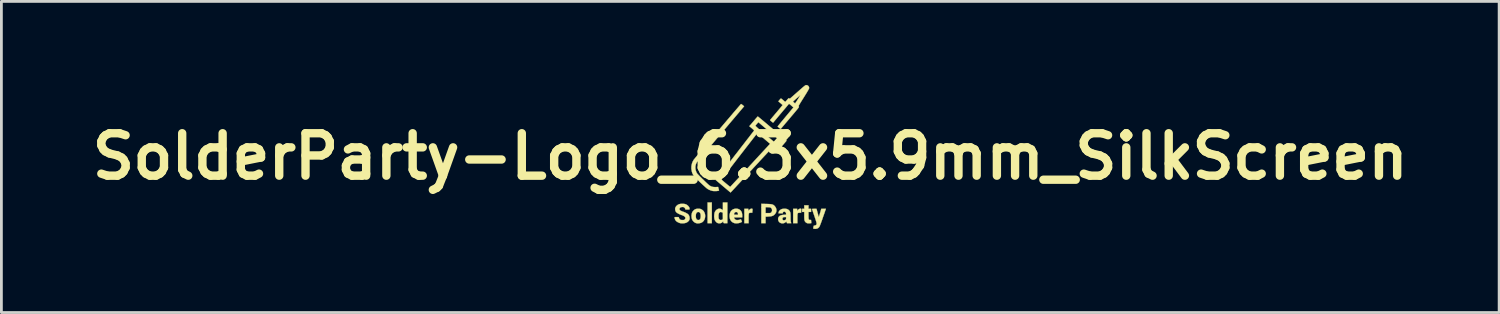
<source format=kicad_pcb>
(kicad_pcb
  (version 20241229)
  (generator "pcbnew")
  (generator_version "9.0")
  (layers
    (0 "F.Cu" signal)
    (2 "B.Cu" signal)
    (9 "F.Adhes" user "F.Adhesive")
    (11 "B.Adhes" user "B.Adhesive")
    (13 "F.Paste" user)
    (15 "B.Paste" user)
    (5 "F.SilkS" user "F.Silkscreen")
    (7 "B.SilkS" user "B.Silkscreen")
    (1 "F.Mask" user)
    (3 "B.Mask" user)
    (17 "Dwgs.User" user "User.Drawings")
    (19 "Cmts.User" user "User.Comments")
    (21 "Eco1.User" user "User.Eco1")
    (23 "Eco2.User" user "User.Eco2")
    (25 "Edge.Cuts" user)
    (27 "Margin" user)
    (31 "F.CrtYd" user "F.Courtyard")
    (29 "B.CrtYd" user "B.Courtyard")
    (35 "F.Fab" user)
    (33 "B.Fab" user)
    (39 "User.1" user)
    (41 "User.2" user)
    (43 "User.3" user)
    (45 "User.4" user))
  (footprint "SolderParty-Logo_6.3x5.9mm_SilkScreen"
    (layer "F.Cu")
    (at 23.883 2.567)
    (property "Reference" "SolderParty-Logo_6.3x5.9mm_SilkScreen" (at 0 0 0) (layer "F.SilkS") (effects (font (size 1.524 1.524) (thickness 0.3))))
    (attr through_hole)
    (fp_poly (pts (xy -1.38 2.396) (xy -1.532 2.396) (xy -1.532 1.651) (xy -1.38 1.651) (xy -1.38 2.396)) (stroke (width 0.01) (type solid)) (fill yes) (layer "F.SilkS"))
    (fp_poly (pts (xy 0.071 1.876) (xy 0.075 1.879) (xy 0.08 1.886) (xy 0.083 1.902) (xy 0.081 1.928) (xy 0.079 1.953) (xy 0.072 2.019) (xy 0.023 2.021) (xy -0.003 2.021) (xy -0.023 2.024) (xy -0.037 2.031) (xy -0.047 2.043) (xy -0.054 2.063) (xy -0.057 2.093) (xy -0.059 2.135) (xy -0.059 2.19) (xy -0.059 2.224) (xy -0.059 2.396) (xy -0.212 2.396) (xy -0.212 1.88) (xy -0.068 1.88) (xy -0.068 1.909) (xy -0.065 1.933) (xy -0.058 1.941) (xy -0.047 1.933) (xy -0.038 1.921) (xy -0.014 1.897) (xy 0.015 1.88) (xy 0.045 1.872) (xy 0.071 1.876)) (stroke (width 0.01) (type solid)) (fill yes) (layer "F.SilkS"))
    (fp_poly (pts (xy 1.818 1.873) (xy 1.829 1.881) (xy 1.834 1.897) (xy 1.833 1.925) (xy 1.831 1.952) (xy 1.825 2.019) (xy 1.775 2.021) (xy 1.75 2.021) (xy 1.73 2.024) (xy 1.715 2.031) (xy 1.705 2.043) (xy 1.699 2.063) (xy 1.695 2.093) (xy 1.694 2.135) (xy 1.693 2.19) (xy 1.693 2.224) (xy 1.693 2.396) (xy 1.541 2.396) (xy 1.541 1.88) (xy 1.685 1.88) (xy 1.685 1.909) (xy 1.687 1.933) (xy 1.694 1.942) (xy 1.705 1.934) (xy 1.713 1.922) (xy 1.733 1.901) (xy 1.761 1.883) (xy 1.79 1.872) (xy 1.8 1.871) (xy 1.818 1.873)) (stroke (width 0.01) (type solid)) (fill yes) (layer "F.SilkS"))
    (fp_poly (pts (xy 2.091 1.88) (xy 2.184 1.88) (xy 2.184 1.99) (xy 2.091 1.99) (xy 2.091 2.112) (xy 2.092 2.169) (xy 2.093 2.211) (xy 2.097 2.241) (xy 2.103 2.26) (xy 2.112 2.271) (xy 2.125 2.276) (xy 2.144 2.278) (xy 2.145 2.278) (xy 2.182 2.278) (xy 2.188 2.333) (xy 2.191 2.362) (xy 2.192 2.383) (xy 2.191 2.392) (xy 2.182 2.395) (xy 2.16 2.397) (xy 2.13 2.4) (xy 2.129 2.4) (xy 2.081 2.401) (xy 2.044 2.395) (xy 2.036 2.392) (xy 1.996 2.369) (xy 1.965 2.334) (xy 1.948 2.297) (xy 1.945 2.278) (xy 1.942 2.245) (xy 1.94 2.203) (xy 1.939 2.155) (xy 1.939 2.127) (xy 1.939 1.99) (xy 1.863 1.99) (xy 1.863 1.88) (xy 1.939 1.88) (xy 1.939 1.753) (xy 2.091 1.753) (xy 2.091 1.88)) (stroke (width 0.01) (type solid)) (fill yes) (layer "F.SilkS"))
    (fp_poly (pts (xy 0.574 1.704) (xy 0.646 1.706) (xy 0.704 1.709) (xy 0.75 1.714) (xy 0.787 1.722) (xy 0.816 1.732) (xy 0.841 1.747) (xy 0.864 1.766) (xy 0.883 1.786) (xy 0.918 1.836) (xy 0.937 1.89) (xy 0.941 1.945) (xy 0.929 2) (xy 0.901 2.051) (xy 0.877 2.079) (xy 0.847 2.106) (xy 0.816 2.126) (xy 0.78 2.139) (xy 0.737 2.149) (xy 0.681 2.154) (xy 0.65 2.156) (xy 0.55 2.162) (xy 0.55 2.396) (xy 0.398 2.396) (xy 0.398 2.032) (xy 0.55 2.032) (xy 0.64 2.032) (xy 0.68 2.032) (xy 0.707 2.031) (xy 0.725 2.028) (xy 0.737 2.022) (xy 0.748 2.013) (xy 0.753 2.009) (xy 0.774 1.976) (xy 0.783 1.939) (xy 0.779 1.9) (xy 0.764 1.865) (xy 0.743 1.843) (xy 0.728 1.834) (xy 0.709 1.828) (xy 0.681 1.824) (xy 0.641 1.822) (xy 0.635 1.822) (xy 0.55 1.818) (xy 0.55 2.032) (xy 0.398 2.032) (xy 0.398 1.7) (xy 0.574 1.704)) (stroke (width 0.01) (type solid)) (fill yes) (layer "F.SilkS"))
    (fp_poly (pts (xy -1.824 1.877) (xy -1.794 1.882) (xy -1.764 1.893) (xy -1.749 1.9) (xy -1.702 1.932) (xy -1.665 1.974) (xy -1.639 2.025) (xy -1.623 2.08) (xy -1.618 2.139) (xy -1.624 2.197) (xy -1.639 2.253) (xy -1.666 2.303) (xy -1.703 2.345) (xy -1.745 2.373) (xy -1.782 2.387) (xy -1.826 2.397) (xy -1.87 2.402) (xy -1.908 2.401) (xy -1.918 2.399) (xy -1.96 2.387) (xy -1.992 2.371) (xy -2.021 2.35) (xy -2.033 2.339) (xy -2.068 2.299) (xy -2.091 2.255) (xy -2.104 2.202) (xy -2.108 2.138) (xy -2.108 2.135) (xy -1.956 2.135) (xy -1.951 2.191) (xy -1.939 2.234) (xy -1.918 2.263) (xy -1.902 2.274) (xy -1.869 2.282) (xy -1.837 2.278) (xy -1.813 2.267) (xy -1.795 2.241) (xy -1.783 2.2) (xy -1.778 2.145) (xy -1.778 2.136) (xy -1.782 2.08) (xy -1.795 2.037) (xy -1.817 2.008) (xy -1.845 1.993) (xy -1.882 1.994) (xy -1.887 1.995) (xy -1.916 2.01) (xy -1.938 2.04) (xy -1.951 2.083) (xy -1.956 2.135) (xy -2.108 2.135) (xy -2.104 2.073) (xy -2.091 2.02) (xy -2.068 1.976) (xy -2.033 1.937) (xy -1.997 1.907) (xy -1.959 1.888) (xy -1.915 1.878) (xy -1.862 1.876) (xy -1.824 1.877)) (stroke (width 0.01) (type solid)) (fill yes) (layer "F.SilkS"))
    (fp_poly (pts (xy -0.438 1.882) (xy -0.388 1.905) (xy -0.351 1.934) (xy -0.32 1.974) (xy -0.3 2.021) (xy -0.29 2.078) (xy -0.288 2.122) (xy -0.288 2.184) (xy -0.585 2.184) (xy -0.58 2.203) (xy -0.561 2.243) (xy -0.531 2.269) (xy -0.491 2.282) (xy -0.441 2.282) (xy -0.408 2.276) (xy -0.377 2.268) (xy -0.365 2.264) (xy -0.346 2.257) (xy -0.335 2.254) (xy -0.335 2.254) (xy -0.331 2.263) (xy -0.323 2.282) (xy -0.315 2.301) (xy -0.297 2.345) (xy -0.316 2.357) (xy -0.358 2.377) (xy -0.41 2.391) (xy -0.466 2.399) (xy -0.52 2.4) (xy -0.567 2.394) (xy -0.569 2.393) (xy -0.627 2.369) (xy -0.674 2.332) (xy -0.71 2.284) (xy -0.733 2.226) (xy -0.743 2.16) (xy -0.742 2.105) (xy -0.737 2.077) (xy -0.584 2.077) (xy -0.576 2.086) (xy -0.557 2.09) (xy -0.523 2.091) (xy -0.512 2.091) (xy -0.44 2.091) (xy -0.44 2.064) (xy -0.447 2.031) (xy -0.464 2.008) (xy -0.489 1.994) (xy -0.516 1.992) (xy -0.542 2.001) (xy -0.564 2.022) (xy -0.572 2.036) (xy -0.582 2.061) (xy -0.584 2.077) (xy -0.737 2.077) (xy -0.736 2.068) (xy -0.727 2.03) (xy -0.719 2.006) (xy -0.689 1.957) (xy -0.649 1.918) (xy -0.601 1.891) (xy -0.548 1.876) (xy -0.493 1.873) (xy -0.438 1.882)) (stroke (width 0.01) (type solid)) (fill yes) (layer "F.SilkS"))
    (fp_poly (pts (xy -0.821 2.396) (xy -0.889 2.396) (xy -0.928 2.395) (xy -0.952 2.391) (xy -0.961 2.385) (xy -0.965 2.37) (xy -0.969 2.351) (xy -0.974 2.327) (xy -0.992 2.35) (xy -1.026 2.38) (xy -1.069 2.397) (xy -1.117 2.401) (xy -1.147 2.397) (xy -1.18 2.386) (xy -1.207 2.369) (xy -1.234 2.342) (xy -1.24 2.335) (xy -1.266 2.298) (xy -1.283 2.256) (xy -1.292 2.205) (xy -1.294 2.143) (xy -1.294 2.139) (xy -1.14 2.139) (xy -1.139 2.181) (xy -1.134 2.218) (xy -1.125 2.244) (xy -1.123 2.247) (xy -1.098 2.272) (xy -1.066 2.282) (xy -1.03 2.278) (xy -1.001 2.264) (xy -0.994 2.259) (xy -0.988 2.251) (xy -0.985 2.24) (xy -0.983 2.221) (xy -0.983 2.191) (xy -0.984 2.149) (xy -0.984 2.135) (xy -0.986 2.019) (xy -1.019 2.003) (xy -1.055 1.993) (xy -1.087 1.998) (xy -1.113 2.02) (xy -1.121 2.032) (xy -1.131 2.059) (xy -1.138 2.096) (xy -1.14 2.139) (xy -1.294 2.139) (xy -1.294 2.122) (xy -1.291 2.074) (xy -1.285 2.037) (xy -1.277 2.007) (xy -1.271 1.992) (xy -1.242 1.944) (xy -1.203 1.907) (xy -1.158 1.882) (xy -1.109 1.871) (xy -1.103 1.871) (xy -1.074 1.876) (xy -1.042 1.889) (xy -1.012 1.907) (xy -1.001 1.915) (xy -0.982 1.933) (xy -0.982 1.651) (xy -0.821 1.651) (xy -0.821 2.396)) (stroke (width 0.01) (type solid)) (fill yes) (layer "F.SilkS"))
    (fp_poly (pts (xy 1.272 1.878) (xy 1.318 1.886) (xy 1.331 1.891) (xy 1.376 1.917) (xy 1.412 1.954) (xy 1.435 2) (xy 1.438 2.014) (xy 1.442 2.038) (xy 1.445 2.075) (xy 1.447 2.12) (xy 1.448 2.17) (xy 1.448 2.192) (xy 1.448 2.254) (xy 1.451 2.301) (xy 1.454 2.336) (xy 1.459 2.359) (xy 1.46 2.361) (xy 1.472 2.396) (xy 1.32 2.396) (xy 1.295 2.336) (xy 1.266 2.361) (xy 1.222 2.389) (xy 1.175 2.402) (xy 1.121 2.398) (xy 1.11 2.396) (xy 1.066 2.377) (xy 1.031 2.346) (xy 1.009 2.305) (xy 1.001 2.27) (xy 1.001 2.254) (xy 1.154 2.254) (xy 1.167 2.277) (xy 1.185 2.289) (xy 1.209 2.291) (xy 1.238 2.286) (xy 1.265 2.275) (xy 1.267 2.273) (xy 1.28 2.262) (xy 1.285 2.245) (xy 1.287 2.218) (xy 1.287 2.176) (xy 1.237 2.176) (xy 1.207 2.177) (xy 1.189 2.181) (xy 1.176 2.19) (xy 1.169 2.198) (xy 1.155 2.227) (xy 1.154 2.254) (xy 1.001 2.254) (xy 1 2.229) (xy 1.006 2.198) (xy 1.022 2.17) (xy 1.033 2.156) (xy 1.062 2.13) (xy 1.099 2.112) (xy 1.146 2.1) (xy 1.208 2.094) (xy 1.209 2.093) (xy 1.287 2.089) (xy 1.287 2.056) (xy 1.281 2.027) (xy 1.266 2.002) (xy 1.246 1.985) (xy 1.23 1.981) (xy 1.197 1.986) (xy 1.178 2) (xy 1.171 2.016) (xy 1.166 2.04) (xy 1.014 2.04) (xy 1.018 2.006) (xy 1.031 1.97) (xy 1.057 1.936) (xy 1.092 1.908) (xy 1.126 1.89) (xy 1.168 1.88) (xy 1.219 1.875) (xy 1.272 1.878)) (stroke (width 0.01) (type solid)) (fill yes) (layer "F.SilkS"))
    (fp_poly (pts (xy 2.391 1.924) (xy 2.398 1.95) (xy 2.408 1.987) (xy 2.42 2.031) (xy 2.431 2.072) (xy 2.441 2.111) (xy 2.45 2.143) (xy 2.457 2.164) (xy 2.461 2.173) (xy 2.462 2.173) (xy 2.465 2.164) (xy 2.472 2.142) (xy 2.482 2.11) (xy 2.494 2.072) (xy 2.506 2.03) (xy 2.519 1.988) (xy 2.53 1.948) (xy 2.539 1.915) (xy 2.54 1.911) (xy 2.549 1.88) (xy 2.717 1.88) (xy 2.693 1.945) (xy 2.684 1.97) (xy 2.671 2.009) (xy 2.654 2.058) (xy 2.634 2.114) (xy 2.612 2.176) (xy 2.59 2.24) (xy 2.587 2.251) (xy 2.564 2.315) (xy 2.542 2.375) (xy 2.522 2.428) (xy 2.504 2.473) (xy 2.49 2.506) (xy 2.48 2.526) (xy 2.479 2.527) (xy 2.445 2.565) (xy 2.401 2.589) (xy 2.349 2.598) (xy 2.336 2.598) (xy 2.307 2.597) (xy 2.283 2.595) (xy 2.275 2.593) (xy 2.265 2.588) (xy 2.262 2.575) (xy 2.264 2.558) (xy 2.271 2.522) (xy 2.276 2.499) (xy 2.281 2.487) (xy 2.289 2.482) (xy 2.301 2.481) (xy 2.307 2.481) (xy 2.334 2.475) (xy 2.357 2.463) (xy 2.368 2.453) (xy 2.377 2.442) (xy 2.382 2.429) (xy 2.383 2.411) (xy 2.38 2.388) (xy 2.373 2.356) (xy 2.361 2.316) (xy 2.345 2.264) (xy 2.323 2.199) (xy 2.304 2.142) (xy 2.283 2.08) (xy 2.263 2.024) (xy 2.247 1.974) (xy 2.233 1.934) (xy 2.224 1.905) (xy 2.219 1.889) (xy 2.218 1.886) (xy 2.226 1.883) (xy 2.247 1.881) (xy 2.278 1.88) (xy 2.298 1.88) (xy 2.378 1.88) (xy 2.391 1.924)) (stroke (width 0.01) (type solid)) (fill yes) (layer "F.SilkS"))
    (fp_poly (pts (xy -2.372 1.702) (xy -2.321 1.714) (xy -2.28 1.733) (xy -2.242 1.762) (xy -2.21 1.796) (xy -2.189 1.83) (xy -2.185 1.841) (xy -2.178 1.871) (xy -2.176 1.889) (xy -2.183 1.899) (xy -2.2 1.904) (xy -2.231 1.905) (xy -2.251 1.905) (xy -2.326 1.905) (xy -2.334 1.878) (xy -2.348 1.852) (xy -2.371 1.83) (xy -2.392 1.818) (xy -2.413 1.813) (xy -2.443 1.813) (xy -2.449 1.814) (xy -2.491 1.822) (xy -2.521 1.84) (xy -2.538 1.866) (xy -2.54 1.898) (xy -2.535 1.917) (xy -2.523 1.93) (xy -2.498 1.946) (xy -2.463 1.963) (xy -2.422 1.98) (xy -2.405 1.985) (xy -2.359 2.002) (xy -2.313 2.023) (xy -2.272 2.046) (xy -2.24 2.067) (xy -2.225 2.08) (xy -2.198 2.12) (xy -2.181 2.168) (xy -2.175 2.219) (xy -2.182 2.267) (xy -2.185 2.275) (xy -2.204 2.307) (xy -2.235 2.339) (xy -2.273 2.366) (xy -2.301 2.379) (xy -2.347 2.392) (xy -2.401 2.399) (xy -2.455 2.401) (xy -2.503 2.396) (xy -2.506 2.396) (xy -2.547 2.384) (xy -2.59 2.365) (xy -2.63 2.343) (xy -2.66 2.319) (xy -2.672 2.307) (xy -2.694 2.272) (xy -2.71 2.234) (xy -2.717 2.2) (xy -2.717 2.195) (xy -2.717 2.186) (xy -2.712 2.18) (xy -2.7 2.177) (xy -2.677 2.176) (xy -2.643 2.176) (xy -2.569 2.176) (xy -2.557 2.211) (xy -2.541 2.244) (xy -2.519 2.265) (xy -2.488 2.277) (xy -2.445 2.282) (xy -2.433 2.282) (xy -2.4 2.281) (xy -2.379 2.279) (xy -2.365 2.273) (xy -2.353 2.263) (xy -2.349 2.258) (xy -2.33 2.227) (xy -2.329 2.198) (xy -2.344 2.169) (xy -2.375 2.142) (xy -2.423 2.117) (xy -2.481 2.096) (xy -2.526 2.079) (xy -2.571 2.058) (xy -2.612 2.035) (xy -2.644 2.012) (xy -2.663 1.994) (xy -2.678 1.969) (xy -2.69 1.938) (xy -2.693 1.926) (xy -2.698 1.877) (xy -2.688 1.833) (xy -2.663 1.792) (xy -2.642 1.768) (xy -2.601 1.735) (xy -2.555 1.713) (xy -2.501 1.701) (xy -2.438 1.698) (xy -2.372 1.702)) (stroke (width 0.01) (type solid)) (fill yes) (layer "F.SilkS"))
    (fp_poly (pts (xy -0.32 -1.879) (xy -0.3 -1.866) (xy -0.276 -1.847) (xy -0.271 -1.843) (xy -0.22 -1.801) (xy -0.257 -1.758) (xy -0.427 -1.557) (xy -0.586 -1.369) (xy -0.735 -1.194) (xy -0.873 -1.03) (xy -1.002 -0.878) (xy -1.121 -0.737) (xy -1.231 -0.607) (xy -1.331 -0.488) (xy -1.423 -0.38) (xy -1.506 -0.282) (xy -1.58 -0.193) (xy -1.647 -0.114) (xy -1.706 -0.044) (xy -1.757 0.017) (xy -1.8 0.069) (xy -1.837 0.113) (xy -1.867 0.149) (xy -1.89 0.177) (xy -1.907 0.198) (xy -1.918 0.212) (xy -1.923 0.218) (xy -1.952 0.28) (xy -1.968 0.348) (xy -1.97 0.42) (xy -1.959 0.493) (xy -1.934 0.562) (xy -1.912 0.603) (xy -1.9 0.618) (xy -1.878 0.642) (xy -1.847 0.675) (xy -1.808 0.714) (xy -1.765 0.757) (xy -1.719 0.803) (xy -1.671 0.849) (xy -1.624 0.895) (xy -1.579 0.938) (xy -1.538 0.976) (xy -1.503 1.008) (xy -1.476 1.031) (xy -1.461 1.043) (xy -1.405 1.074) (xy -1.339 1.093) (xy -1.264 1.099) (xy -1.232 1.098) (xy -1.154 1.094) (xy -1.136 1.158) (xy -1.128 1.189) (xy -1.123 1.212) (xy -1.121 1.224) (xy -1.121 1.225) (xy -1.13 1.228) (xy -1.15 1.233) (xy -1.168 1.236) (xy -1.215 1.242) (xy -1.269 1.243) (xy -1.321 1.241) (xy -1.359 1.236) (xy -1.421 1.218) (xy -1.486 1.191) (xy -1.538 1.161) (xy -1.556 1.147) (xy -1.584 1.124) (xy -1.621 1.091) (xy -1.664 1.052) (xy -1.712 1.008) (xy -1.764 0.959) (xy -1.804 0.921) (xy -1.868 0.859) (xy -1.921 0.807) (xy -1.964 0.763) (xy -1.999 0.725) (xy -2.026 0.692) (xy -2.047 0.662) (xy -2.064 0.633) (xy -2.077 0.604) (xy -2.088 0.573) (xy -2.098 0.538) (xy -2.1 0.528) (xy -2.114 0.443) (xy -2.113 0.356) (xy -2.098 0.271) (xy -2.07 0.19) (xy -2.032 0.123) (xy -2.023 0.111) (xy -2.003 0.087) (xy -1.975 0.053) (xy -1.938 0.008) (xy -1.893 -0.046) (xy -1.841 -0.108) (xy -1.783 -0.177) (xy -1.719 -0.253) (xy -1.649 -0.335) (xy -1.576 -0.422) (xy -1.499 -0.513) (xy -1.42 -0.607) (xy -1.338 -0.703) (xy -1.255 -0.801) (xy -1.172 -0.9) (xy -1.088 -0.998) (xy -1.005 -1.096) (xy -0.924 -1.191) (xy -0.845 -1.284) (xy -0.769 -1.373) (xy -0.697 -1.458) (xy -0.629 -1.538) (xy -0.566 -1.612) (xy -0.509 -1.678) (xy -0.458 -1.737) (xy -0.415 -1.787) (xy -0.38 -1.828) (xy -0.354 -1.858) (xy -0.337 -1.877) (xy -0.33 -1.884) (xy -0.33 -1.884) (xy -0.32 -1.879)) (stroke (width 0.01) (type solid)) (fill yes) (layer "F.SilkS"))
    (fp_poly (pts (xy 2.034 -2.561) (xy 2.067 -2.547) (xy 2.094 -2.522) (xy 2.11 -2.489) (xy 2.114 -2.453) (xy 2.11 -2.439) (xy 2.1 -2.418) (xy 2.084 -2.387) (xy 2.06 -2.347) (xy 2.03 -2.295) (xy 1.991 -2.232) (xy 1.944 -2.156) (xy 1.918 -2.114) (xy 1.871 -2.04) (xy 1.833 -1.979) (xy 1.802 -1.929) (xy 1.778 -1.89) (xy 1.761 -1.86) (xy 1.748 -1.838) (xy 1.741 -1.822) (xy 1.737 -1.811) (xy 1.736 -1.803) (xy 1.738 -1.799) (xy 1.742 -1.795) (xy 1.744 -1.794) (xy 1.747 -1.79) (xy 1.749 -1.787) (xy 1.749 -1.781) (xy 1.746 -1.773) (xy 1.739 -1.761) (xy 1.728 -1.745) (xy 1.711 -1.723) (xy 1.689 -1.695) (xy 1.659 -1.659) (xy 1.622 -1.614) (xy 1.577 -1.56) (xy 1.522 -1.495) (xy 1.457 -1.419) (xy 1.434 -1.391) (xy 1.375 -1.321) (xy 1.319 -1.255) (xy 1.267 -1.194) (xy 1.221 -1.139) (xy 1.18 -1.091) (xy 1.146 -1.051) (xy 1.121 -1.021) (xy 1.104 -1.001) (xy 1.097 -0.994) (xy 1.089 -0.991) (xy 1.074 -0.998) (xy 1.05 -1.016) (xy 1.036 -1.027) (xy 1.011 -1.048) (xy 0.993 -1.065) (xy 0.983 -1.075) (xy 0.983 -1.076) (xy 0.988 -1.083) (xy 1.003 -1.102) (xy 1.027 -1.131) (xy 1.058 -1.17) (xy 1.097 -1.217) (xy 1.141 -1.271) (xy 1.191 -1.33) (xy 1.244 -1.394) (xy 1.266 -1.421) (xy 1.55 -1.761) (xy 1.522 -1.785) (xy 1.478 -1.824) (xy 1.445 -1.852) (xy 1.421 -1.871) (xy 1.405 -1.883) (xy 1.395 -1.888) (xy 1.388 -1.888) (xy 1.384 -1.885) (xy 1.377 -1.877) (xy 1.361 -1.856) (xy 1.335 -1.826) (xy 1.302 -1.786) (xy 1.262 -1.738) (xy 1.216 -1.684) (xy 1.166 -1.625) (xy 1.113 -1.561) (xy 1.097 -1.543) (xy 0.819 -1.211) (xy 0.788 -1.236) (xy 0.754 -1.263) (xy 0.732 -1.282) (xy 0.719 -1.294) (xy 0.713 -1.302) (xy 0.713 -1.308) (xy 0.717 -1.314) (xy 0.72 -1.317) (xy 0.728 -1.327) (xy 0.746 -1.348) (xy 0.772 -1.379) (xy 0.805 -1.419) (xy 0.845 -1.465) (xy 0.888 -1.517) (xy 0.936 -1.573) (xy 0.946 -1.585) (xy 0.993 -1.641) (xy 1.037 -1.693) (xy 1.076 -1.74) (xy 1.109 -1.78) (xy 1.134 -1.811) (xy 1.152 -1.833) (xy 1.16 -1.844) (xy 1.16 -1.845) (xy 1.154 -1.853) (xy 1.137 -1.869) (xy 1.113 -1.891) (xy 1.084 -1.915) (xy 1.009 -1.979) (xy 1.051 -2.031) (xy 1.072 -2.055) (xy 1.089 -2.073) (xy 1.099 -2.082) (xy 1.101 -2.083) (xy 1.112 -2.078) (xy 1.129 -2.065) (xy 1.136 -2.059) (xy 1.158 -2.041) (xy 1.185 -2.018) (xy 1.211 -1.996) (xy 1.258 -1.957) (xy 1.269 -1.97) (xy 1.532 -1.97) (xy 1.568 -1.938) (xy 1.589 -1.92) (xy 1.604 -1.909) (xy 1.61 -1.905) (xy 1.616 -1.912) (xy 1.629 -1.931) (xy 1.648 -1.96) (xy 1.673 -1.997) (xy 1.7 -2.04) (xy 1.706 -2.049) (xy 1.733 -2.093) (xy 1.757 -2.132) (xy 1.776 -2.164) (xy 1.789 -2.186) (xy 1.794 -2.196) (xy 1.794 -2.197) (xy 1.787 -2.192) (xy 1.769 -2.178) (xy 1.743 -2.156) (xy 1.71 -2.127) (xy 1.671 -2.094) (xy 1.661 -2.085) (xy 1.532 -1.97) (xy 1.269 -1.97) (xy 1.32 -2.029) (xy 1.347 -2.06) (xy 1.366 -2.08) (xy 1.378 -2.09) (xy 1.387 -2.093) (xy 1.394 -2.09) (xy 1.398 -2.086) (xy 1.414 -2.077) (xy 1.424 -2.077) (xy 1.433 -2.084) (xy 1.452 -2.1) (xy 1.482 -2.126) (xy 1.52 -2.159) (xy 1.565 -2.199) (xy 1.616 -2.244) (xy 1.672 -2.293) (xy 1.702 -2.319) (xy 1.772 -2.381) (xy 1.831 -2.433) (xy 1.879 -2.475) (xy 1.917 -2.507) (xy 1.948 -2.531) (xy 1.97 -2.548) (xy 1.986 -2.558) (xy 1.997 -2.562) (xy 1.997 -2.562) (xy 2.034 -2.561)) (stroke (width 0.01) (type solid)) (fill yes) (layer "F.SilkS"))
    (fp_poly (pts (xy 0.277 -1.432) (xy 0.296 -1.417) (xy 0.326 -1.393) (xy 0.366 -1.36) (xy 0.415 -1.319) (xy 0.472 -1.272) (xy 0.535 -1.219) (xy 0.604 -1.161) (xy 0.678 -1.098) (xy 0.756 -1.032) (xy 0.763 -1.027) (xy 0.842 -0.96) (xy 0.917 -0.896) (xy 0.989 -0.835) (xy 1.055 -0.779) (xy 1.114 -0.729) (xy 1.166 -0.685) (xy 1.209 -0.648) (xy 1.243 -0.62) (xy 1.266 -0.6) (xy 1.277 -0.591) (xy 1.277 -0.591) (xy 1.305 -0.568) (xy 1.159 -0.396) (xy 1.12 -0.35) (xy 1.085 -0.309) (xy 1.054 -0.273) (xy 1.03 -0.246) (xy 1.014 -0.228) (xy 1.007 -0.222) (xy 0.998 -0.226) (xy 0.979 -0.239) (xy 0.953 -0.259) (xy 0.922 -0.285) (xy 0.918 -0.287) (xy 0.887 -0.313) (xy 0.86 -0.335) (xy 0.84 -0.349) (xy 0.83 -0.356) (xy 0.829 -0.356) (xy 0.823 -0.349) (xy 0.805 -0.332) (xy 0.778 -0.303) (xy 0.741 -0.264) (xy 0.695 -0.215) (xy 0.642 -0.158) (xy 0.581 -0.093) (xy 0.513 -0.02) (xy 0.439 0.059) (xy 0.36 0.144) (xy 0.277 0.234) (xy 0.189 0.329) (xy 0.098 0.427) (xy 0.084 0.442) (xy -0.008 0.541) (xy -0.097 0.637) (xy -0.182 0.73) (xy -0.263 0.817) (xy -0.339 0.899) (xy -0.409 0.975) (xy -0.473 1.043) (xy -0.529 1.105) (xy -0.578 1.157) (xy -0.618 1.2) (xy -0.649 1.234) (xy -0.67 1.256) (xy -0.68 1.267) (xy -0.681 1.267) (xy -0.707 1.294) (xy -0.948 1.091) (xy -1.004 1.044) (xy -1.056 1) (xy -1.104 0.959) (xy -1.145 0.925) (xy -1.178 0.897) (xy -1.201 0.877) (xy -1.213 0.867) (xy -1.213 0.867) (xy -1.236 0.848) (xy -1.222 0.83) (xy -1.031 0.83) (xy -1.024 0.838) (xy -1.006 0.854) (xy -0.98 0.878) (xy -0.947 0.906) (xy -0.91 0.937) (xy -0.871 0.97) (xy -0.832 1.002) (xy -0.796 1.032) (xy -0.764 1.057) (xy -0.739 1.077) (xy -0.723 1.088) (xy -0.719 1.09) (xy -0.712 1.084) (xy -0.695 1.066) (xy -0.668 1.037) (xy -0.631 0.998) (xy -0.586 0.949) (xy -0.533 0.892) (xy -0.472 0.827) (xy -0.405 0.755) (xy -0.332 0.676) (xy -0.255 0.592) (xy -0.172 0.503) (xy -0.086 0.41) (xy -0.021 0.339) (xy 0.068 0.243) (xy 0.153 0.15) (xy 0.235 0.061) (xy 0.313 -0.023) (xy 0.385 -0.101) (xy 0.452 -0.173) (xy 0.512 -0.238) (xy 0.564 -0.295) (xy 0.609 -0.343) (xy 0.644 -0.382) (xy 0.671 -0.41) (xy 0.687 -0.428) (xy 0.691 -0.433) (xy 0.712 -0.455) (xy 0.486 -0.647) (xy 0.259 -0.839) (xy 0.241 -0.819) (xy 0.231 -0.808) (xy 0.213 -0.785) (xy 0.185 -0.751) (xy 0.151 -0.706) (xy 0.109 -0.653) (xy 0.061 -0.591) (xy 0.007 -0.522) (xy -0.051 -0.447) (xy -0.113 -0.367) (xy -0.179 -0.283) (xy -0.246 -0.195) (xy -0.316 -0.106) (xy -0.386 -0.015) (xy -0.456 0.076) (xy -0.526 0.167) (xy -0.594 0.255) (xy -0.66 0.341) (xy -0.723 0.423) (xy -0.782 0.5) (xy -0.837 0.572) (xy -0.886 0.637) (xy -0.93 0.694) (xy -0.967 0.742) (xy -0.996 0.781) (xy -1.017 0.809) (xy -1.029 0.826) (xy -1.031 0.83) (xy -1.222 0.83) (xy -0.554 -0.036) (xy -0.47 -0.143) (xy -0.39 -0.247) (xy -0.313 -0.347) (xy -0.239 -0.442) (xy -0.171 -0.53) (xy -0.108 -0.612) (xy -0.05 -0.686) (xy 0.000426 -0.752) (xy 0.044 -0.809) (xy 0.08 -0.855) (xy 0.108 -0.891) (xy 0.127 -0.915) (xy 0.136 -0.927) (xy 0.137 -0.928) (xy 0.135 -0.938) (xy 0.12 -0.955) (xy 0.091 -0.981) (xy 0.056 -1.012) (xy -0.034 -1.086) (xy -0.015 -1.108) (xy 0.186 -1.108) (xy 0.186 -1.103) (xy 0.191 -1.095) (xy 0.201 -1.084) (xy 0.217 -1.068) (xy 0.24 -1.046) (xy 0.272 -1.018) (xy 0.312 -0.982) (xy 0.362 -0.939) (xy 0.423 -0.887) (xy 0.495 -0.826) (xy 0.553 -0.777) (xy 0.622 -0.719) (xy 0.688 -0.663) (xy 0.75 -0.611) (xy 0.806 -0.564) (xy 0.855 -0.522) (xy 0.896 -0.488) (xy 0.928 -0.461) (xy 0.948 -0.444) (xy 0.956 -0.437) (xy 0.985 -0.413) (xy 1.043 -0.475) (xy 1.067 -0.502) (xy 1.085 -0.524) (xy 1.096 -0.539) (xy 1.098 -0.543) (xy 1.092 -0.549) (xy 1.073 -0.565) (xy 1.044 -0.591) (xy 1.005 -0.624) (xy 0.958 -0.665) (xy 0.903 -0.711) (xy 0.842 -0.763) (xy 0.776 -0.82) (xy 0.706 -0.879) (xy 0.694 -0.889) (xy 0.292 -1.23) (xy 0.243 -1.176) (xy 0.22 -1.149) (xy 0.2 -1.126) (xy 0.188 -1.111) (xy 0.186 -1.108) (xy -0.015 -1.108) (xy 0.033 -1.163) (xy 0.064 -1.2) (xy 0.102 -1.244) (xy 0.141 -1.291) (xy 0.178 -1.334) (xy 0.181 -1.338) (xy 0.21 -1.372) (xy 0.236 -1.401) (xy 0.256 -1.423) (xy 0.268 -1.435) (xy 0.27 -1.437) (xy 0.277 -1.432)) (stroke (width 0.01) (type solid)) (fill yes) (layer "F.SilkS")))
  (gr_rect
    (start -3 -3)
    (end 50.767 8.17)
    (stroke (width 0.1) (type default))
    (fill no)
    (layer "Edge.Cuts")))
</source>
